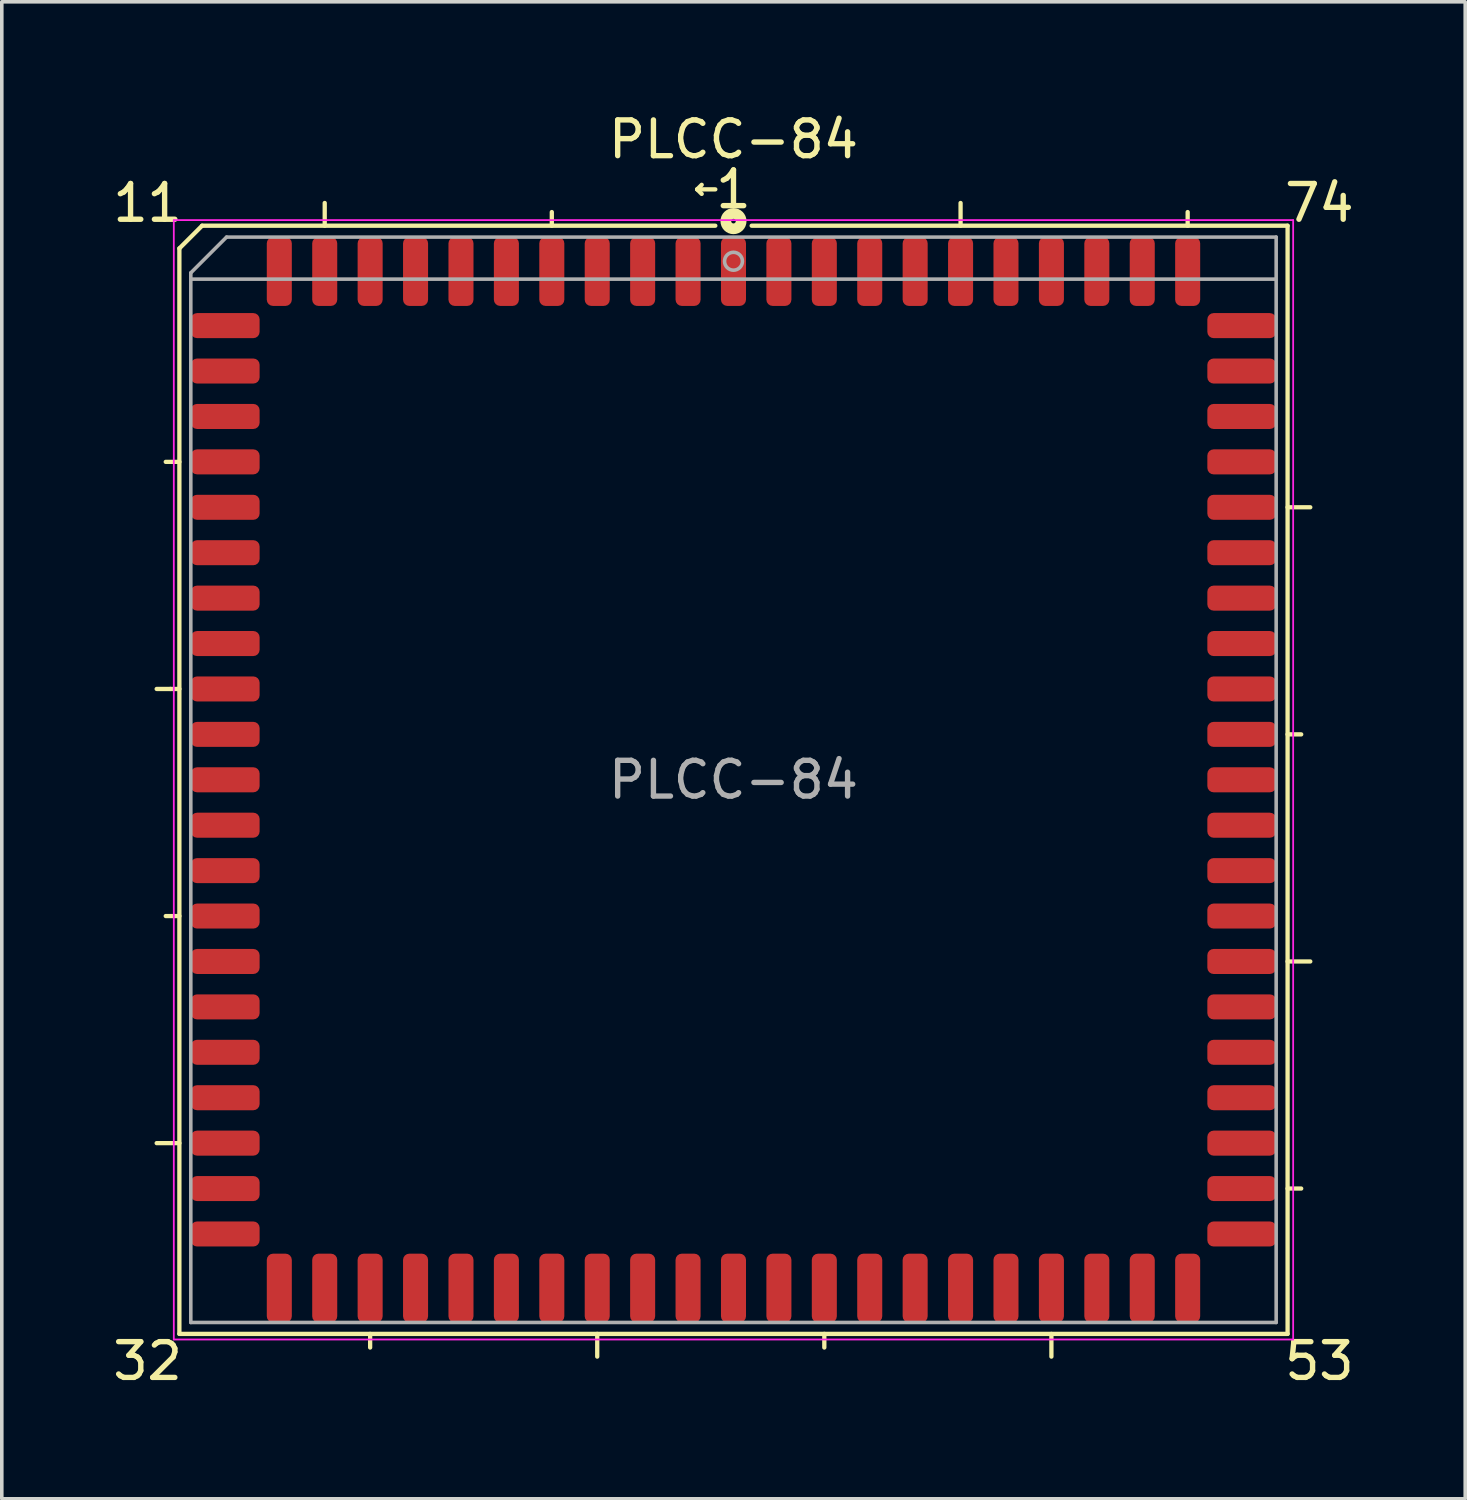
<source format=kicad_pcb>
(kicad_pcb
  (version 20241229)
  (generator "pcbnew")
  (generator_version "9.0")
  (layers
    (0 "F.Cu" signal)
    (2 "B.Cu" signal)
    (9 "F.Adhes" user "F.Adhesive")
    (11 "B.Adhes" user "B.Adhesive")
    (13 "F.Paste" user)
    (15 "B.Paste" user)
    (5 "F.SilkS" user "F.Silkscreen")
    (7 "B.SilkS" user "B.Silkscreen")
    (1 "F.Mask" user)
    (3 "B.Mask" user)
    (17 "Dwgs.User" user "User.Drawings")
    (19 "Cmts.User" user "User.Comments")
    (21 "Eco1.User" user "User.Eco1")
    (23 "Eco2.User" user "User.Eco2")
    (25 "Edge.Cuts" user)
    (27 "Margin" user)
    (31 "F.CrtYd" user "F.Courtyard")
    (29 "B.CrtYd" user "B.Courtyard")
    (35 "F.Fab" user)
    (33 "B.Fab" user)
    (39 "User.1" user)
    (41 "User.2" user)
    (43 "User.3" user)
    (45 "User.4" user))
  (footprint "PLCC-84"
    (layer "F.Cu")
    (at 17.46 18.755)
    (property "Reference" "PLCC-84" (at 0 -17.907 0) (layer "F.SilkS") (effects (font (size 1 1) (thickness 0.15))))
    (attr smd)
    (fp_line (start -15.748 -2.54) (end -16.129 -2.54) (stroke (width 0.12) (type solid)) (layer "F.SilkS"))
    (fp_line (start -15.494 -14.859) (end -15.494 15.494) (stroke (width 0.12) (type solid)) (layer "F.SilkS"))
    (fp_line (start -15.494 -8.89) (end -15.875 -8.89) (stroke (width 0.12) (type solid)) (layer "F.SilkS"))
    (fp_line (start -15.494 -2.54) (end -15.748 -2.54) (stroke (width 0.12) (type solid)) (layer "F.SilkS"))
    (fp_line (start -15.494 3.81) (end -15.875 3.81) (stroke (width 0.12) (type solid)) (layer "F.SilkS"))
    (fp_line (start -15.494 10.16) (end -16.129 10.16) (stroke (width 0.12) (type solid)) (layer "F.SilkS"))
    (fp_line (start -15.494 15.494) (end 15.494 15.494) (stroke (width 0.12) (type solid)) (layer "F.SilkS"))
    (fp_line (start -14.859 -15.494) (end -15.494 -14.859) (stroke (width 0.12) (type solid)) (layer "F.SilkS"))
    (fp_line (start -11.43 -15.494) (end -11.43 -16.129) (stroke (width 0.12) (type solid)) (layer "F.SilkS"))
    (fp_line (start -10.16 15.494) (end -10.16 15.875) (stroke (width 0.12) (type solid)) (layer "F.SilkS"))
    (fp_line (start -5.08 -15.494) (end -5.08 -15.875) (stroke (width 0.12) (type solid)) (layer "F.SilkS"))
    (fp_line (start -3.81 15.494) (end -3.81 16.129) (stroke (width 0.12) (type solid)) (layer "F.SilkS"))
    (fp_line (start -1.016 -16.51) (end -0.889 -16.637) (stroke (width 0.12) (type solid)) (layer "F.SilkS"))
    (fp_line (start -1.016 -16.51) (end -0.889 -16.383) (stroke (width 0.12) (type solid)) (layer "F.SilkS"))
    (fp_line (start -0.508 -16.51) (end -1.016 -16.51) (stroke (width 0.12) (type solid)) (layer "F.SilkS"))
    (fp_line (start -0.508 -15.494) (end -14.859 -15.494) (stroke (width 0.12) (type solid)) (layer "F.SilkS"))
    (fp_line (start 2.54 15.494) (end 2.54 15.875) (stroke (width 0.12) (type solid)) (layer "F.SilkS"))
    (fp_line (start 6.35 -15.494) (end 6.35 -16.129) (stroke (width 0.12) (type solid)) (layer "F.SilkS"))
    (fp_line (start 8.89 15.494) (end 8.89 16.129) (stroke (width 0.12) (type solid)) (layer "F.SilkS"))
    (fp_line (start 12.7 -15.494) (end 12.7 -15.875) (stroke (width 0.12) (type solid)) (layer "F.SilkS"))
    (fp_line (start 15.494 -15.494) (end 0.508 -15.494) (stroke (width 0.12) (type solid)) (layer "F.SilkS"))
    (fp_line (start 15.494 -7.62) (end 16.129 -7.62) (stroke (width 0.12) (type solid)) (layer "F.SilkS"))
    (fp_line (start 15.494 -1.27) (end 15.875 -1.27) (stroke (width 0.12) (type solid)) (layer "F.SilkS"))
    (fp_line (start 15.494 5.08) (end 16.129 5.08) (stroke (width 0.12) (type solid)) (layer "F.SilkS"))
    (fp_line (start 15.494 11.43) (end 15.875 11.43) (stroke (width 0.12) (type solid)) (layer "F.SilkS"))
    (fp_line (start 15.494 15.494) (end 15.494 -15.494) (stroke (width 0.12) (type solid)) (layer "F.SilkS"))
    (fp_circle (center 0 -15.621) (end 0.064 -15.621) (stroke (width 0.3) (type solid)) (fill no) (layer "F.SilkS"))
    (fp_line (start -15.65 -15.65) (end -15.65 15.65) (stroke (width 0.05) (type solid)) (layer "F.CrtYd"))
    (fp_line (start -15.65 15.65) (end 15.65 15.65) (stroke (width 0.05) (type solid)) (layer "F.CrtYd"))
    (fp_line (start 15.65 -15.65) (end -15.65 -15.65) (stroke (width 0.05) (type solid)) (layer "F.CrtYd"))
    (fp_line (start 15.65 15.65) (end 15.65 -15.65) (stroke (width 0.05) (type solid)) (layer "F.CrtYd"))
    (fp_line (start -15.175 -14.175) (end -15.175 15.175) (stroke (width 0.1) (type solid)) (layer "F.Fab"))
    (fp_line (start -15.175 15.175) (end 15.175 15.175) (stroke (width 0.1) (type solid)) (layer "F.Fab"))
    (fp_line (start -14.175 -15.175) (end -15.175 -14.175) (stroke (width 0.1) (type solid)) (layer "F.Fab"))
    (fp_line (start 15.15 -14) (end -15.15 -14) (stroke (width 0.1) (type solid)) (layer "F.Fab"))
    (fp_line (start 15.175 -15.175) (end -14.175 -15.175) (stroke (width 0.1) (type solid)) (layer "F.Fab"))
    (fp_line (start 15.175 15.175) (end 15.175 -15.175) (stroke (width 0.1) (type solid)) (layer "F.Fab"))
    (fp_circle (center 0 -14.5) (end 0.25 -14.5) (stroke (width 0.1) (type solid)) (fill no) (layer "F.Fab"))
    (fp_text user "53" (at 16.383 16.256 0) (unlocked yes) (layer "F.SilkS") (effects (font (size 1 1) (thickness 0.15))))
    (fp_text user "74" (at 16.383 -16.129 0) (unlocked yes) (layer "F.SilkS") (effects (font (size 1 1) (thickness 0.15))))
    (fp_text user "11" (at -16.383 -16.129 0) (unlocked yes) (layer "F.SilkS") (effects (font (size 1 1) (thickness 0.15))))
    (fp_text user "1" (at 0 -16.51 0) (unlocked yes) (layer "F.SilkS") (effects (font (size 1 1) (thickness 0.15))))
    (fp_text user "32" (at -16.383 16.256 0) (unlocked yes) (layer "F.SilkS") (effects (font (size 1 1) (thickness 0.15))))
    (fp_text user "${REFERENCE}" (at 0 0 0) (layer "F.Fab") (effects (font (size 1 1) (thickness 0.15))))
    (pad "1" smd roundrect (at 0 -14.213) (size 0.7 1.925) (layers "F.Cu" "F.Mask" "F.Paste") (roundrect_rratio 0.25))
    (pad "2" smd roundrect (at -1.27 -14.213) (size 0.7 1.925) (layers "F.Cu" "F.Mask" "F.Paste") (roundrect_rratio 0.25))
    (pad "3" smd roundrect (at -2.54 -14.213) (size 0.7 1.925) (layers "F.Cu" "F.Mask" "F.Paste") (roundrect_rratio 0.25))
    (pad "4" smd roundrect (at -3.81 -14.213) (size 0.7 1.925) (layers "F.Cu" "F.Mask" "F.Paste") (roundrect_rratio 0.25))
    (pad "5" smd roundrect (at -5.08 -14.213) (size 0.7 1.925) (layers "F.Cu" "F.Mask" "F.Paste") (roundrect_rratio 0.25))
    (pad "6" smd roundrect (at -6.35 -14.213) (size 0.7 1.925) (layers "F.Cu" "F.Mask" "F.Paste") (roundrect_rratio 0.25))
    (pad "7" smd roundrect (at -7.62 -14.213) (size 0.7 1.925) (layers "F.Cu" "F.Mask" "F.Paste") (roundrect_rratio 0.25))
    (pad "8" smd roundrect (at -8.89 -14.213) (size 0.7 1.925) (layers "F.Cu" "F.Mask" "F.Paste") (roundrect_rratio 0.25))
    (pad "9" smd roundrect (at -10.16 -14.213) (size 0.7 1.925) (layers "F.Cu" "F.Mask" "F.Paste") (roundrect_rratio 0.25))
    (pad "10" smd roundrect (at -11.43 -14.213) (size 0.7 1.925) (layers "F.Cu" "F.Mask" "F.Paste") (roundrect_rratio 0.25))
    (pad "11" smd roundrect (at -12.7 -14.213) (size 0.7 1.925) (layers "F.Cu" "F.Mask" "F.Paste") (roundrect_rratio 0.25))
    (pad "12" smd roundrect (at -14.213 -12.7) (size 1.925 0.7) (layers "F.Cu" "F.Mask" "F.Paste") (roundrect_rratio 0.25))
    (pad "13" smd roundrect (at -14.213 -11.43) (size 1.925 0.7) (layers "F.Cu" "F.Mask" "F.Paste") (roundrect_rratio 0.25))
    (pad "14" smd roundrect (at -14.213 -10.16) (size 1.925 0.7) (layers "F.Cu" "F.Mask" "F.Paste") (roundrect_rratio 0.25))
    (pad "15" smd roundrect (at -14.213 -8.89) (size 1.925 0.7) (layers "F.Cu" "F.Mask" "F.Paste") (roundrect_rratio 0.25))
    (pad "16" smd roundrect (at -14.213 -7.62) (size 1.925 0.7) (layers "F.Cu" "F.Mask" "F.Paste") (roundrect_rratio 0.25))
    (pad "17" smd roundrect (at -14.213 -6.35) (size 1.925 0.7) (layers "F.Cu" "F.Mask" "F.Paste") (roundrect_rratio 0.25))
    (pad "18" smd roundrect (at -14.213 -5.08) (size 1.925 0.7) (layers "F.Cu" "F.Mask" "F.Paste") (roundrect_rratio 0.25))
    (pad "19" smd roundrect (at -14.213 -3.81) (size 1.925 0.7) (layers "F.Cu" "F.Mask" "F.Paste") (roundrect_rratio 0.25))
    (pad "20" smd roundrect (at -14.213 -2.54) (size 1.925 0.7) (layers "F.Cu" "F.Mask" "F.Paste") (roundrect_rratio 0.25))
    (pad "21" smd roundrect (at -14.213 -1.27) (size 1.925 0.7) (layers "F.Cu" "F.Mask" "F.Paste") (roundrect_rratio 0.25))
    (pad "22" smd roundrect (at -14.213 0) (size 1.925 0.7) (layers "F.Cu" "F.Mask" "F.Paste") (roundrect_rratio 0.25))
    (pad "23" smd roundrect (at -14.213 1.27) (size 1.925 0.7) (layers "F.Cu" "F.Mask" "F.Paste") (roundrect_rratio 0.25))
    (pad "24" smd roundrect (at -14.213 2.54) (size 1.925 0.7) (layers "F.Cu" "F.Mask" "F.Paste") (roundrect_rratio 0.25))
    (pad "25" smd roundrect (at -14.213 3.81) (size 1.925 0.7) (layers "F.Cu" "F.Mask" "F.Paste") (roundrect_rratio 0.25))
    (pad "26" smd roundrect (at -14.213 5.08) (size 1.925 0.7) (layers "F.Cu" "F.Mask" "F.Paste") (roundrect_rratio 0.25))
    (pad "27" smd roundrect (at -14.213 6.35) (size 1.925 0.7) (layers "F.Cu" "F.Mask" "F.Paste") (roundrect_rratio 0.25))
    (pad "28" smd roundrect (at -14.213 7.62) (size 1.925 0.7) (layers "F.Cu" "F.Mask" "F.Paste") (roundrect_rratio 0.25))
    (pad "29" smd roundrect (at -14.213 8.89) (size 1.925 0.7) (layers "F.Cu" "F.Mask" "F.Paste") (roundrect_rratio 0.25))
    (pad "30" smd roundrect (at -14.213 10.16) (size 1.925 0.7) (layers "F.Cu" "F.Mask" "F.Paste") (roundrect_rratio 0.25))
    (pad "31" smd roundrect (at -14.213 11.43) (size 1.925 0.7) (layers "F.Cu" "F.Mask" "F.Paste") (roundrect_rratio 0.25))
    (pad "32" smd roundrect (at -14.213 12.7) (size 1.925 0.7) (layers "F.Cu" "F.Mask" "F.Paste") (roundrect_rratio 0.25))
    (pad "33" smd roundrect (at -12.7 14.213) (size 0.7 1.925) (layers "F.Cu" "F.Mask" "F.Paste") (roundrect_rratio 0.25))
    (pad "34" smd roundrect (at -11.43 14.213) (size 0.7 1.925) (layers "F.Cu" "F.Mask" "F.Paste") (roundrect_rratio 0.25))
    (pad "35" smd roundrect (at -10.16 14.213) (size 0.7 1.925) (layers "F.Cu" "F.Mask" "F.Paste") (roundrect_rratio 0.25))
    (pad "36" smd roundrect (at -8.89 14.213) (size 0.7 1.925) (layers "F.Cu" "F.Mask" "F.Paste") (roundrect_rratio 0.25))
    (pad "37" smd roundrect (at -7.62 14.213) (size 0.7 1.925) (layers "F.Cu" "F.Mask" "F.Paste") (roundrect_rratio 0.25))
    (pad "38" smd roundrect (at -6.35 14.213) (size 0.7 1.925) (layers "F.Cu" "F.Mask" "F.Paste") (roundrect_rratio 0.25))
    (pad "39" smd roundrect (at -5.08 14.213) (size 0.7 1.925) (layers "F.Cu" "F.Mask" "F.Paste") (roundrect_rratio 0.25))
    (pad "40" smd roundrect (at -3.81 14.213) (size 0.7 1.925) (layers "F.Cu" "F.Mask" "F.Paste") (roundrect_rratio 0.25))
    (pad "41" smd roundrect (at -2.54 14.213) (size 0.7 1.925) (layers "F.Cu" "F.Mask" "F.Paste") (roundrect_rratio 0.25))
    (pad "42" smd roundrect (at -1.27 14.213) (size 0.7 1.925) (layers "F.Cu" "F.Mask" "F.Paste") (roundrect_rratio 0.25))
    (pad "43" smd roundrect (at 0 14.213) (size 0.7 1.925) (layers "F.Cu" "F.Mask" "F.Paste") (roundrect_rratio 0.25))
    (pad "44" smd roundrect (at 1.27 14.213) (size 0.7 1.925) (layers "F.Cu" "F.Mask" "F.Paste") (roundrect_rratio 0.25))
    (pad "45" smd roundrect (at 2.54 14.213) (size 0.7 1.925) (layers "F.Cu" "F.Mask" "F.Paste") (roundrect_rratio 0.25))
    (pad "46" smd roundrect (at 3.81 14.213) (size 0.7 1.925) (layers "F.Cu" "F.Mask" "F.Paste") (roundrect_rratio 0.25))
    (pad "47" smd roundrect (at 5.08 14.213) (size 0.7 1.925) (layers "F.Cu" "F.Mask" "F.Paste") (roundrect_rratio 0.25))
    (pad "48" smd roundrect (at 6.35 14.213) (size 0.7 1.925) (layers "F.Cu" "F.Mask" "F.Paste") (roundrect_rratio 0.25))
    (pad "49" smd roundrect (at 7.62 14.213) (size 0.7 1.925) (layers "F.Cu" "F.Mask" "F.Paste") (roundrect_rratio 0.25))
    (pad "50" smd roundrect (at 8.89 14.213) (size 0.7 1.925) (layers "F.Cu" "F.Mask" "F.Paste") (roundrect_rratio 0.25))
    (pad "51" smd roundrect (at 10.16 14.213) (size 0.7 1.925) (layers "F.Cu" "F.Mask" "F.Paste") (roundrect_rratio 0.25))
    (pad "52" smd roundrect (at 11.43 14.213) (size 0.7 1.925) (layers "F.Cu" "F.Mask" "F.Paste") (roundrect_rratio 0.25))
    (pad "53" smd roundrect (at 12.7 14.213) (size 0.7 1.925) (layers "F.Cu" "F.Mask" "F.Paste") (roundrect_rratio 0.25))
    (pad "54" smd roundrect (at 14.213 12.7) (size 1.925 0.7) (layers "F.Cu" "F.Mask" "F.Paste") (roundrect_rratio 0.25))
    (pad "55" smd roundrect (at 14.213 11.43) (size 1.925 0.7) (layers "F.Cu" "F.Mask" "F.Paste") (roundrect_rratio 0.25))
    (pad "56" smd roundrect (at 14.213 10.16) (size 1.925 0.7) (layers "F.Cu" "F.Mask" "F.Paste") (roundrect_rratio 0.25))
    (pad "57" smd roundrect (at 14.213 8.89) (size 1.925 0.7) (layers "F.Cu" "F.Mask" "F.Paste") (roundrect_rratio 0.25))
    (pad "58" smd roundrect (at 14.213 7.62) (size 1.925 0.7) (layers "F.Cu" "F.Mask" "F.Paste") (roundrect_rratio 0.25))
    (pad "59" smd roundrect (at 14.213 6.35) (size 1.925 0.7) (layers "F.Cu" "F.Mask" "F.Paste") (roundrect_rratio 0.25))
    (pad "60" smd roundrect (at 14.213 5.08) (size 1.925 0.7) (layers "F.Cu" "F.Mask" "F.Paste") (roundrect_rratio 0.25))
    (pad "61" smd roundrect (at 14.213 3.81) (size 1.925 0.7) (layers "F.Cu" "F.Mask" "F.Paste") (roundrect_rratio 0.25))
    (pad "62" smd roundrect (at 14.213 2.54) (size 1.925 0.7) (layers "F.Cu" "F.Mask" "F.Paste") (roundrect_rratio 0.25))
    (pad "63" smd roundrect (at 14.213 1.27) (size 1.925 0.7) (layers "F.Cu" "F.Mask" "F.Paste") (roundrect_rratio 0.25))
    (pad "64" smd roundrect (at 14.213 0) (size 1.925 0.7) (layers "F.Cu" "F.Mask" "F.Paste") (roundrect_rratio 0.25))
    (pad "65" smd roundrect (at 14.213 -1.27) (size 1.925 0.7) (layers "F.Cu" "F.Mask" "F.Paste") (roundrect_rratio 0.25))
    (pad "66" smd roundrect (at 14.213 -2.54) (size 1.925 0.7) (layers "F.Cu" "F.Mask" "F.Paste") (roundrect_rratio 0.25))
    (pad "67" smd roundrect (at 14.213 -3.81) (size 1.925 0.7) (layers "F.Cu" "F.Mask" "F.Paste") (roundrect_rratio 0.25))
    (pad "68" smd roundrect (at 14.213 -5.08) (size 1.925 0.7) (layers "F.Cu" "F.Mask" "F.Paste") (roundrect_rratio 0.25))
    (pad "69" smd roundrect (at 14.213 -6.35) (size 1.925 0.7) (layers "F.Cu" "F.Mask" "F.Paste") (roundrect_rratio 0.25))
    (pad "70" smd roundrect (at 14.213 -7.62) (size 1.925 0.7) (layers "F.Cu" "F.Mask" "F.Paste") (roundrect_rratio 0.25))
    (pad "71" smd roundrect (at 14.213 -8.89) (size 1.925 0.7) (layers "F.Cu" "F.Mask" "F.Paste") (roundrect_rratio 0.25))
    (pad "72" smd roundrect (at 14.213 -10.16) (size 1.925 0.7) (layers "F.Cu" "F.Mask" "F.Paste") (roundrect_rratio 0.25))
    (pad "73" smd roundrect (at 14.213 -11.43) (size 1.925 0.7) (layers "F.Cu" "F.Mask" "F.Paste") (roundrect_rratio 0.25))
    (pad "74" smd roundrect (at 14.213 -12.7) (size 1.925 0.7) (layers "F.Cu" "F.Mask" "F.Paste") (roundrect_rratio 0.25))
    (pad "75" smd roundrect (at 12.7 -14.213) (size 0.7 1.925) (layers "F.Cu" "F.Mask" "F.Paste") (roundrect_rratio 0.25))
    (pad "76" smd roundrect (at 11.43 -14.213) (size 0.7 1.925) (layers "F.Cu" "F.Mask" "F.Paste") (roundrect_rratio 0.25))
    (pad "77" smd roundrect (at 10.16 -14.213) (size 0.7 1.925) (layers "F.Cu" "F.Mask" "F.Paste") (roundrect_rratio 0.25))
    (pad "78" smd roundrect (at 8.89 -14.213) (size 0.7 1.925) (layers "F.Cu" "F.Mask" "F.Paste") (roundrect_rratio 0.25))
    (pad "79" smd roundrect (at 7.62 -14.213) (size 0.7 1.925) (layers "F.Cu" "F.Mask" "F.Paste") (roundrect_rratio 0.25))
    (pad "80" smd roundrect (at 6.35 -14.213) (size 0.7 1.925) (layers "F.Cu" "F.Mask" "F.Paste") (roundrect_rratio 0.25))
    (pad "81" smd roundrect (at 5.08 -14.213) (size 0.7 1.925) (layers "F.Cu" "F.Mask" "F.Paste") (roundrect_rratio 0.25))
    (pad "82" smd roundrect (at 3.81 -14.213) (size 0.7 1.925) (layers "F.Cu" "F.Mask" "F.Paste") (roundrect_rratio 0.25))
    (pad "83" smd roundrect (at 2.54 -14.213) (size 0.7 1.925) (layers "F.Cu" "F.Mask" "F.Paste") (roundrect_rratio 0.25))
    (pad "84" smd roundrect (at 1.27 -14.213) (size 0.7 1.925) (layers "F.Cu" "F.Mask" "F.Paste") (roundrect_rratio 0.25)))
  (gr_rect
    (start -3 -3)
    (end 37.921 38.859)
    (stroke (width 0.1) (type default))
    (fill no)
    (layer "Edge.Cuts")))
</source>
